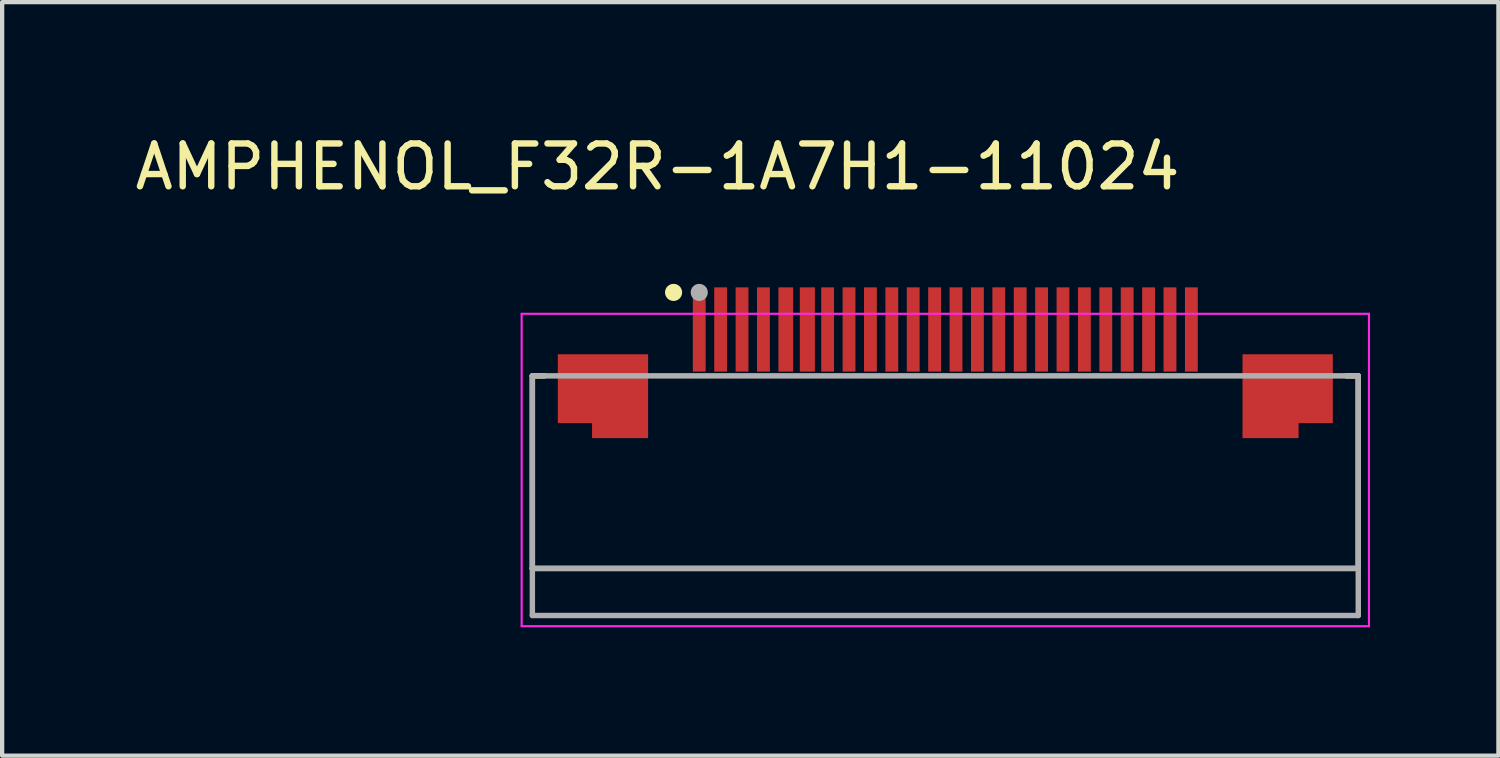
<source format=kicad_pcb>
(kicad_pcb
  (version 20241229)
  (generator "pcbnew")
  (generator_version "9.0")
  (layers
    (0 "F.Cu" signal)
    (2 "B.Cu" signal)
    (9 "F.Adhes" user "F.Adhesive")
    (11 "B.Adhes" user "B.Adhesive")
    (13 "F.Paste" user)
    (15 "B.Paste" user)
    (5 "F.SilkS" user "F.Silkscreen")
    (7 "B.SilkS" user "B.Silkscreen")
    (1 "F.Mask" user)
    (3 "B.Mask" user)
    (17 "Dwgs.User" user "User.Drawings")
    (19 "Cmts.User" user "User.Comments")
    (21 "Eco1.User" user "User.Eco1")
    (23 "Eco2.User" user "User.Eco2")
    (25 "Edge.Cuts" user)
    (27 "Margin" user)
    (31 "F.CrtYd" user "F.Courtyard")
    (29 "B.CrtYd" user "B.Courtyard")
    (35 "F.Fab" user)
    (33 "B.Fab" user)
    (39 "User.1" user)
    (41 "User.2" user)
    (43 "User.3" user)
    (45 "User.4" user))
  (footprint "AMPHENOL_F32R-1A7H1-11024"
    (layer "F.Cu")
    (at 19.04 7.983)
    (property "Reference" "AMPHENOL_F32R-1A7H1-11024" (at -6.725 -7.135 0) (layer "F.SilkS") (effects (font (size 1 1) (thickness 0.15))))
    (attr smd)
    (fp_poly (pts (xy -9.15 -1.05) (xy -8.35 -1.05) (xy -8.35 -0.7) (xy -6.85 -0.7) (xy -6.85 -2.85) (xy -9.15 -2.85)) (stroke (width 0.01) (type solid)) (fill yes) (layer "F.Mask"))
    (fp_poly (pts (xy 6.85 -0.7) (xy 8.35 -0.7) (xy 8.35 -1.05) (xy 9.15 -1.05) (xy 9.15 -2.85) (xy 6.85 -2.85)) (stroke (width 0.01) (type solid)) (fill yes) (layer "F.Mask"))
    (fp_line (start -9.65 -2.25) (end -9.65 2.25) (stroke (width 0.127) (type solid)) (layer "F.SilkS"))
    (fp_line (start -9.65 2.25) (end 9.65 2.25) (stroke (width 0.127) (type solid)) (layer "F.SilkS"))
    (fp_line (start -9.37 -2.25) (end -9.65 -2.25) (stroke (width 0.127) (type solid)) (layer "F.SilkS"))
    (fp_line (start 9.65 -2.25) (end 9.37 -2.25) (stroke (width 0.127) (type solid)) (layer "F.SilkS"))
    (fp_line (start 9.65 2.25) (end 9.65 -2.25) (stroke (width 0.127) (type solid)) (layer "F.SilkS"))
    (fp_circle (center -6.35 -4.2) (end -6.25 -4.2) (stroke (width 0.2) (type solid)) (fill no) (layer "F.SilkS"))
    (fp_poly (pts (xy -9.05 -1.15) (xy -8.25 -1.15) (xy -8.25 -0.8) (xy -6.95 -0.8) (xy -6.95 -2.75) (xy -9.05 -2.75)) (stroke (width 0.01) (type solid)) (fill yes) (layer "F.Paste"))
    (fp_poly (pts (xy 8.25 -0.8) (xy 6.95 -0.8) (xy 6.95 -2.75) (xy 9.05 -2.75) (xy 9.05 -1.15) (xy 8.25 -1.15)) (stroke (width 0.01) (type solid)) (fill yes) (layer "F.Paste"))
    (fp_line (start -9.9 -3.7) (end -9.9 3.6) (stroke (width 0.05) (type solid)) (layer "F.CrtYd"))
    (fp_line (start -9.9 3.6) (end 9.9 3.6) (stroke (width 0.05) (type solid)) (layer "F.CrtYd"))
    (fp_line (start 9.9 -3.7) (end -9.9 -3.7) (stroke (width 0.05) (type solid)) (layer "F.CrtYd"))
    (fp_line (start 9.9 3.6) (end 9.9 -3.7) (stroke (width 0.05) (type solid)) (layer "F.CrtYd"))
    (fp_line (start -9.65 -2.25) (end -9.65 2.25) (stroke (width 0.127) (type solid)) (layer "F.Fab"))
    (fp_line (start -9.65 2.25) (end -9.65 3.35) (stroke (width 0.127) (type solid)) (layer "F.Fab"))
    (fp_line (start -9.65 2.25) (end 9.65 2.25) (stroke (width 0.127) (type solid)) (layer "F.Fab"))
    (fp_line (start -9.65 3.35) (end 9.65 3.35) (stroke (width 0.127) (type solid)) (layer "F.Fab"))
    (fp_line (start 9.65 -2.25) (end -9.65 -2.25) (stroke (width 0.127) (type solid)) (layer "F.Fab"))
    (fp_line (start 9.65 2.25) (end 9.65 -2.25) (stroke (width 0.127) (type solid)) (layer "F.Fab"))
    (fp_line (start 9.65 3.35) (end 9.65 2.25) (stroke (width 0.127) (type solid)) (layer "F.Fab"))
    (fp_circle (center -5.75 -4.2) (end -5.65 -4.2) (stroke (width 0.2) (type solid)) (fill no) (layer "F.Fab"))
    (pad "1" smd rect (at -5.75 -3.334) (size 0.3 1.968) (layers "F.Cu" "F.Mask" "F.Paste"))
    (pad "2" smd rect (at -5.25 -3.334) (size 0.3 1.968) (layers "F.Cu" "F.Mask" "F.Paste"))
    (pad "3" smd rect (at -4.75 -3.334) (size 0.3 1.968) (layers "F.Cu" "F.Mask" "F.Paste"))
    (pad "4" smd rect (at -4.25 -3.334) (size 0.3 1.968) (layers "F.Cu" "F.Mask" "F.Paste"))
    (pad "5" smd rect (at -3.728 -3.334) (size 0.344 1.968) (layers "F.Cu" "F.Mask" "F.Paste"))
    (pad "6" smd rect (at -3.224 -3.334) (size 0.352 1.968) (layers "F.Cu" "F.Mask" "F.Paste"))
    (pad "7" smd rect (at -2.75 -3.334) (size 0.3 1.968) (layers "F.Cu" "F.Mask" "F.Paste"))
    (pad "8" smd rect (at -2.25 -3.334) (size 0.3 1.968) (layers "F.Cu" "F.Mask" "F.Paste"))
    (pad "9" smd rect (at -1.75 -3.334) (size 0.3 1.968) (layers "F.Cu" "F.Mask" "F.Paste"))
    (pad "10" smd rect (at -1.25 -3.334) (size 0.3 1.968) (layers "F.Cu" "F.Mask" "F.Paste"))
    (pad "11" smd rect (at -0.75 -3.334) (size 0.3 1.968) (layers "F.Cu" "F.Mask" "F.Paste"))
    (pad "12" smd rect (at -0.25 -3.334) (size 0.3 1.968) (layers "F.Cu" "F.Mask" "F.Paste"))
    (pad "13" smd rect (at 0.25 -3.334) (size 0.3 1.968) (layers "F.Cu" "F.Mask" "F.Paste"))
    (pad "14" smd rect (at 0.75 -3.334) (size 0.3 1.968) (layers "F.Cu" "F.Mask" "F.Paste"))
    (pad "15" smd rect (at 1.25 -3.334) (size 0.3 1.968) (layers "F.Cu" "F.Mask" "F.Paste"))
    (pad "16" smd rect (at 1.75 -3.334) (size 0.3 1.968) (layers "F.Cu" "F.Mask" "F.Paste"))
    (pad "17" smd rect (at 2.25 -3.334) (size 0.3 1.968) (layers "F.Cu" "F.Mask" "F.Paste"))
    (pad "18" smd rect (at 2.75 -3.334) (size 0.3 1.968) (layers "F.Cu" "F.Mask" "F.Paste"))
    (pad "19" smd rect (at 3.25 -3.334) (size 0.3 1.968) (layers "F.Cu" "F.Mask" "F.Paste"))
    (pad "20" smd rect (at 3.75 -3.334) (size 0.3 1.968) (layers "F.Cu" "F.Mask" "F.Paste"))
    (pad "21" smd rect (at 4.25 -3.334) (size 0.3 1.968) (layers "F.Cu" "F.Mask" "F.Paste"))
    (pad "22" smd rect (at 4.75 -3.334) (size 0.3 1.968) (layers "F.Cu" "F.Mask" "F.Paste"))
    (pad "23" smd rect (at 5.25 -3.334) (size 0.3 1.968) (layers "F.Cu" "F.Mask" "F.Paste"))
    (pad "24" smd rect (at 5.75 -3.334) (size 0.3 1.968) (layers "F.Cu" "F.Mask" "F.Paste"))
    (pad "S1" smd custom (at -8 -1.95) (size 0.5 0.5) (layers "F.Cu") (options (anchor rect)) (primitives (gr_poly (pts (xy -1.05 -0.8) (xy 1.05 -0.8) (xy 1.05 1.15) (xy -0.25 1.15) (xy -0.25 0.8) (xy -1.05 0.8)) (width 0.01) (fill yes))))
    (pad "S2" smd custom (at 8 -1.95) (size 0.5 0.5) (layers "F.Cu") (options (anchor rect)) (primitives (gr_poly (pts (xy -1.05 -0.8) (xy -1.05 1.15) (xy 0.25 1.15) (xy 0.25 0.8) (xy 1.05 0.8) (xy 1.05 -0.8)) (width 0.01) (fill yes)))))
  (gr_rect
    (start -3 -3)
    (end 31.965 14.608)
    (stroke (width 0.1) (type default))
    (fill no)
    (layer "Edge.Cuts")))
</source>
